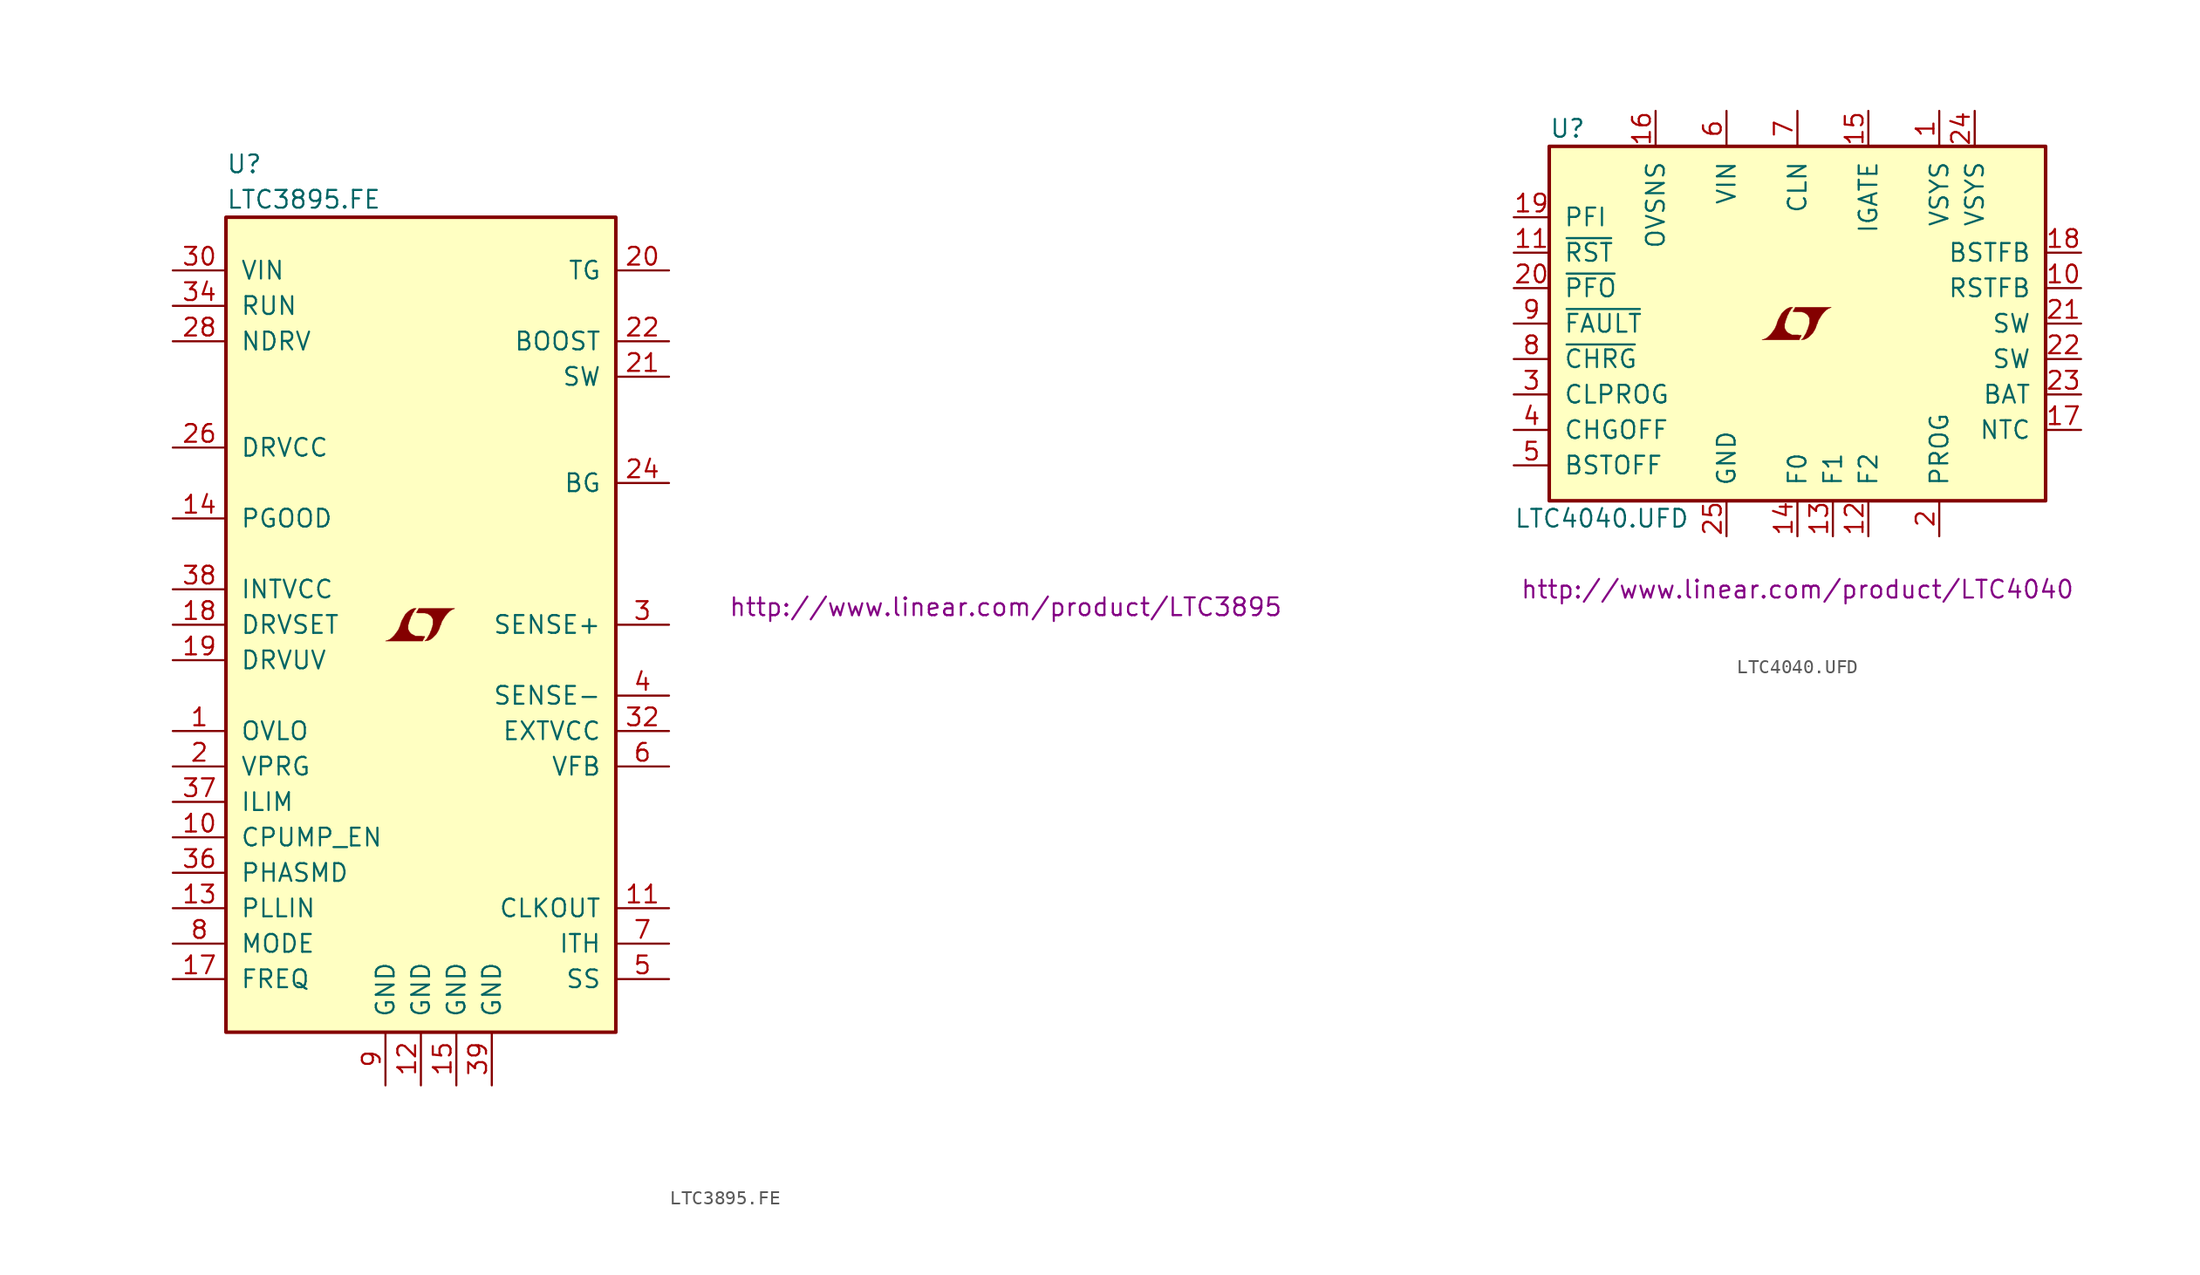
<source format=kicad_sym>
(kicad_symbol_lib
  (version 20201005)
  (generator kicad_symbol_editor)
  (symbol "LTC3895.FE"
    (pin_names
      (offset 1.016))
    (property "Reference" "U"
      (at -13.97 33.02 0)
      (effects (font (size 1.27 1.27)) (justify left)))
    (property "Value" "LTC3895.FE"
      (at -13.97 30.48 0)
      (effects (font (size 1.27 1.27)) (justify left)))
    (property "Datasheet" "http://www.linear.com/product/LTC3895"
      (at 41.91 1.27 0)
      (effects (font (size 1.27 1.27))))
    (symbol "LTC3895.FE_0_0"
      (polyline (pts (xy 0.203 -0.991) (xy 0.229 -0.965) (xy 0.279 -0.864) (xy 0.279 -0.838) (xy 0.152 -0.838) (xy 0.051 -0.813) (xy -0.406 -0.813) (xy -0.432 -0.787) (xy -0.686 -0.66) (xy -0.787 -0.559) (xy -0.864 -0.432) (xy -0.914 -0.33) (xy -0.914 -0.025) (xy -0.864 0.127) (xy -0.838 0.229) (xy -0.813 0.305) (xy -0.762 0.432) (xy -0.711 0.584) (xy -0.635 0.711) (xy -0.584 0.838) (xy -0.508 0.94) (xy -0.457 1.041) (xy -0.33 1.168) (xy -0.508 1.168) (xy -0.635 1.118) (xy -0.737 1.067) (xy -0.813 1.016) (xy -0.94 0.914) (xy -1.118 0.737) (xy -1.372 0.279) (xy -1.473 0) (xy -1.473 -0.051) (xy -1.524 -0.152) (xy -1.575 -0.279) (xy -1.626 -0.381) (xy -1.753 -0.559) (xy -1.905 -0.762) (xy -2.057 -0.914) (xy -2.21 -1.041) (xy -2.388 -1.118) (xy -2.54 -1.168) (xy 0.127 -1.168) (xy 0.203 -0.991)) (stroke (width 0.025)) (fill (type outline)))
      (polyline (pts (xy 0.406 -1.143) (xy 0.483 -1.143) (xy 0.66 -1.067) (xy 0.813 -0.965) (xy 1.092 -0.686) (xy 1.219 -0.483) (xy 1.321 -0.279) (xy 1.397 -0.025) (xy 1.422 -0.025) (xy 1.499 0.229) (xy 1.753 0.635) (xy 1.905 0.813) (xy 2.057 0.965) (xy 2.21 1.067) (xy 2.388 1.143) (xy 2.413 1.143) (xy 2.413 1.168) (xy -0.152 1.168) (xy -0.229 1.016) (xy -0.254 0.991) (xy -0.305 0.889) (xy -0.33 0.864) (xy -0.279 0.864) (xy -0.229 0.838) (xy 0.305 0.838) (xy 0.356 0.813) (xy 0.406 0.813) (xy 0.483 0.787) (xy 0.61 0.711) (xy 0.737 0.61) (xy 0.813 0.483) (xy 0.838 0.432) (xy 0.864 0.406) (xy 0.864 0) (xy 0.838 -0.051) (xy 0.838 -0.127) (xy 0.787 -0.229) (xy 0.762 -0.356) (xy 0.686 -0.508) (xy 0.635 -0.66) (xy 0.483 -0.914) (xy 0.432 -1.016) (xy 0.279 -1.168) (xy 0.406 -1.143)) (stroke (width 0.025)) (fill (type outline))))
    (symbol "LTC3895.FE_0_1"
      (rectangle (start -13.97 29.21) (end 13.97 -29.21) (stroke (width 0.254)) (fill (type background))))
    (symbol "LTC3895.FE_1_1"
      (pin input line (at -17.78 -7.62 0) (length 3.81) (name "OVLO" (effects (font (size 1.27 1.27)))) (number "1" (effects (font (size 1.27 1.27)))))
      (pin input line (at -17.78 -15.24 0) (length 3.81) (name "CPUMP_EN" (effects (font (size 1.27 1.27)))) (number "10" (effects (font (size 1.27 1.27)))))
      (pin output line (at 17.78 -20.32 180) (length 3.81) (name "CLKOUT" (effects (font (size 1.27 1.27)))) (number "11" (effects (font (size 1.27 1.27)))))
      (pin power_in line (at 0 -33.02 90) (length 3.81) (name "GND" (effects (font (size 1.27 1.27)))) (number "12" (effects (font (size 1.27 1.27)))))
      (pin input line (at -17.78 -20.32 0) (length 3.81) (name "PLLIN" (effects (font (size 1.27 1.27)))) (number "13" (effects (font (size 1.27 1.27)))))
      (pin open_collector line (at -17.78 7.62 0) (length 3.81) (name "PGOOD" (effects (font (size 1.27 1.27)))) (number "14" (effects (font (size 1.27 1.27)))))
      (pin power_in line (at 2.54 -33.02 90) (length 3.81) (name "GND" (effects (font (size 1.27 1.27)))) (number "15" (effects (font (size 1.27 1.27)))))
      (pin unconnected line (at 17.78 -17.78 180) (length 3.81) hide (name "NC" (effects (font (size 1.27 1.27)))) (number "16" (effects (font (size 1.27 1.27)))))
      (pin input line (at -17.78 -25.4 0) (length 3.81) (name "FREQ" (effects (font (size 1.27 1.27)))) (number "17" (effects (font (size 1.27 1.27)))))
      (pin input line (at -17.78 0 0) (length 3.81) (name "DRVSET" (effects (font (size 1.27 1.27)))) (number "18" (effects (font (size 1.27 1.27)))))
      (pin input line (at -17.78 -2.54 0) (length 3.81) (name "DRVUV" (effects (font (size 1.27 1.27)))) (number "19" (effects (font (size 1.27 1.27)))))
      (pin passive line (at -17.78 -10.16 0) (length 3.81) (name "VPRG" (effects (font (size 1.27 1.27)))) (number "2" (effects (font (size 1.27 1.27)))))
      (pin output line (at 17.78 25.4 180) (length 3.81) (name "TG" (effects (font (size 1.27 1.27)))) (number "20" (effects (font (size 1.27 1.27)))))
      (pin passive line (at 17.78 17.78 180) (length 3.81) (name "SW" (effects (font (size 1.27 1.27)))) (number "21" (effects (font (size 1.27 1.27)))))
      (pin passive line (at 17.78 20.32 180) (length 3.81) (name "BOOST" (effects (font (size 1.27 1.27)))) (number "22" (effects (font (size 1.27 1.27)))))
      (pin output line (at 17.78 10.16 180) (length 3.81) (name "BG" (effects (font (size 1.27 1.27)))) (number "24" (effects (font (size 1.27 1.27)))))
      (pin passive line (at -17.78 12.7 0) (length 3.81) (name "DRVCC" (effects (font (size 1.27 1.27)))) (number "26" (effects (font (size 1.27 1.27)))))
      (pin output line (at -17.78 20.32 0) (length 3.81) (name "NDRV" (effects (font (size 1.27 1.27)))) (number "28" (effects (font (size 1.27 1.27)))))
      (pin passive line (at 17.78 0 180) (length 3.81) (name "SENSE+" (effects (font (size 1.27 1.27)))) (number "3" (effects (font (size 1.27 1.27)))))
      (pin power_in line (at -17.78 25.4 0) (length 3.81) (name "VIN" (effects (font (size 1.27 1.27)))) (number "30" (effects (font (size 1.27 1.27)))))
      (pin power_in line (at 17.78 -7.62 180) (length 3.81) (name "EXTVCC" (effects (font (size 1.27 1.27)))) (number "32" (effects (font (size 1.27 1.27)))))
      (pin input line (at -17.78 22.86 0) (length 3.81) (name "RUN" (effects (font (size 1.27 1.27)))) (number "34" (effects (font (size 1.27 1.27)))))
      (pin passive line (at -17.78 -17.78 0) (length 3.81) (name "PHASMD" (effects (font (size 1.27 1.27)))) (number "36" (effects (font (size 1.27 1.27)))))
      (pin passive line (at -17.78 -12.7 0) (length 3.81) (name "ILIM" (effects (font (size 1.27 1.27)))) (number "37" (effects (font (size 1.27 1.27)))))
      (pin passive line (at -17.78 2.54 0) (length 3.81) (name "INTVCC" (effects (font (size 1.27 1.27)))) (number "38" (effects (font (size 1.27 1.27)))))
      (pin power_in line (at 5.08 -33.02 90) (length 3.81) (name "GND" (effects (font (size 1.27 1.27)))) (number "39" (effects (font (size 1.27 1.27)))))
      (pin passive line (at 17.78 -5.08 180) (length 3.81) (name "SENSE-" (effects (font (size 1.27 1.27)))) (number "4" (effects (font (size 1.27 1.27)))))
      (pin passive line (at 17.78 -25.4 180) (length 3.81) (name "SS" (effects (font (size 1.27 1.27)))) (number "5" (effects (font (size 1.27 1.27)))))
      (pin passive line (at 17.78 -10.16 180) (length 3.81) (name "VFB" (effects (font (size 1.27 1.27)))) (number "6" (effects (font (size 1.27 1.27)))))
      (pin passive line (at 17.78 -22.86 180) (length 3.81) (name "ITH" (effects (font (size 1.27 1.27)))) (number "7" (effects (font (size 1.27 1.27)))))
      (pin input line (at -17.78 -22.86 0) (length 3.81) (name "MODE" (effects (font (size 1.27 1.27)))) (number "8" (effects (font (size 1.27 1.27)))))
      (pin power_in line (at -2.54 -33.02 90) (length 3.81) (name "GND" (effects (font (size 1.27 1.27)))) (number "9" (effects (font (size 1.27 1.27)))))))
  (symbol "LTC4040.UFD"
    (pin_names
      (offset 1.016))
    (property "Reference" "U"
      (at -17.78 13.97 0)
      (effects (font (size 1.27 1.27)) (justify left)))
    (property "Value" "LTC4040.UFD"
      (at -20.32 -13.97 0)
      (effects (font (size 1.27 1.27)) (justify left)))
    (property "Datasheet" "http://www.linear.com/product/LTC4040"
      (at 0 -19.05 0)
      (effects (font (size 1.27 1.27))))
    (symbol "LTC4040.UFD_0_0"
      (polyline (pts (xy 0.203 -0.991) (xy 0.229 -0.965) (xy 0.279 -0.864) (xy 0.279 -0.838) (xy 0.152 -0.838) (xy 0.051 -0.813) (xy -0.406 -0.813) (xy -0.432 -0.787) (xy -0.686 -0.66) (xy -0.787 -0.559) (xy -0.864 -0.432) (xy -0.914 -0.33) (xy -0.914 -0.025) (xy -0.864 0.127) (xy -0.838 0.229) (xy -0.813 0.305) (xy -0.762 0.432) (xy -0.711 0.584) (xy -0.635 0.711) (xy -0.584 0.838) (xy -0.508 0.94) (xy -0.457 1.041) (xy -0.33 1.168) (xy -0.508 1.168) (xy -0.635 1.118) (xy -0.737 1.067) (xy -0.813 1.016) (xy -0.94 0.914) (xy -1.118 0.737) (xy -1.372 0.279) (xy -1.473 0) (xy -1.473 -0.051) (xy -1.524 -0.152) (xy -1.575 -0.279) (xy -1.626 -0.381) (xy -1.753 -0.559) (xy -1.905 -0.762) (xy -2.057 -0.914) (xy -2.21 -1.041) (xy -2.388 -1.118) (xy -2.54 -1.168) (xy 0.127 -1.168) (xy 0.203 -0.991)) (stroke (width 0.025)) (fill (type outline)))
      (polyline (pts (xy 0.406 -1.143) (xy 0.483 -1.143) (xy 0.66 -1.067) (xy 0.813 -0.965) (xy 1.092 -0.686) (xy 1.219 -0.483) (xy 1.321 -0.279) (xy 1.397 -0.025) (xy 1.422 -0.025) (xy 1.499 0.229) (xy 1.753 0.635) (xy 1.905 0.813) (xy 2.057 0.965) (xy 2.21 1.067) (xy 2.388 1.143) (xy 2.413 1.143) (xy 2.413 1.168) (xy -0.152 1.168) (xy -0.229 1.016) (xy -0.254 0.991) (xy -0.305 0.889) (xy -0.33 0.864) (xy -0.279 0.864) (xy -0.229 0.838) (xy 0.305 0.838) (xy 0.356 0.813) (xy 0.406 0.813) (xy 0.483 0.787) (xy 0.61 0.711) (xy 0.737 0.61) (xy 0.813 0.483) (xy 0.838 0.432) (xy 0.864 0.406) (xy 0.864 0) (xy 0.838 -0.051) (xy 0.838 -0.127) (xy 0.787 -0.229) (xy 0.762 -0.356) (xy 0.686 -0.508) (xy 0.635 -0.66) (xy 0.483 -0.914) (xy 0.432 -1.016) (xy 0.279 -1.168) (xy 0.406 -1.143)) (stroke (width 0.025)) (fill (type outline))))
    (symbol "LTC4040.UFD_0_1"
      (rectangle (start -17.78 12.7) (end 17.78 -12.7) (stroke (width 0.254)) (fill (type background))))
    (symbol "LTC4040.UFD_1_1"
      (pin passive line (at 10.16 15.24 270) (length 2.54) (name "VSYS" (effects (font (size 1.27 1.27)))) (number "1" (effects (font (size 1.27 1.27)))))
      (pin passive line (at 20.32 2.54 180) (length 2.54) (name "RSTFB" (effects (font (size 1.27 1.27)))) (number "10" (effects (font (size 1.27 1.27)))))
      (pin input line (at -20.32 5.08 0) (length 2.54) (name "~RST~" (effects (font (size 1.27 1.27)))) (number "11" (effects (font (size 1.27 1.27)))))
      (pin passive line (at 5.08 -15.24 90) (length 2.54) (name "F2" (effects (font (size 1.27 1.27)))) (number "12" (effects (font (size 1.27 1.27)))))
      (pin passive line (at 2.54 -15.24 90) (length 2.54) (name "F1" (effects (font (size 1.27 1.27)))) (number "13" (effects (font (size 1.27 1.27)))))
      (pin passive line (at 0 -15.24 90) (length 2.54) (name "F0" (effects (font (size 1.27 1.27)))) (number "14" (effects (font (size 1.27 1.27)))))
      (pin output line (at 5.08 15.24 270) (length 2.54) (name "IGATE" (effects (font (size 1.27 1.27)))) (number "15" (effects (font (size 1.27 1.27)))))
      (pin passive line (at -10.16 15.24 270) (length 2.54) (name "OVSNS" (effects (font (size 1.27 1.27)))) (number "16" (effects (font (size 1.27 1.27)))))
      (pin passive line (at 20.32 -7.62 180) (length 2.54) (name "NTC" (effects (font (size 1.27 1.27)))) (number "17" (effects (font (size 1.27 1.27)))))
      (pin passive line (at 20.32 5.08 180) (length 2.54) (name "BSTFB" (effects (font (size 1.27 1.27)))) (number "18" (effects (font (size 1.27 1.27)))))
      (pin input line (at -20.32 7.62 0) (length 2.54) (name "PFI" (effects (font (size 1.27 1.27)))) (number "19" (effects (font (size 1.27 1.27)))))
      (pin passive line (at 10.16 -15.24 90) (length 2.54) (name "PROG" (effects (font (size 1.27 1.27)))) (number "2" (effects (font (size 1.27 1.27)))))
      (pin open_collector line (at -20.32 2.54 0) (length 2.54) (name "~PFO~" (effects (font (size 1.27 1.27)))) (number "20" (effects (font (size 1.27 1.27)))))
      (pin passive line (at 20.32 0 180) (length 2.54) (name "SW" (effects (font (size 1.27 1.27)))) (number "21" (effects (font (size 1.27 1.27)))))
      (pin passive line (at 20.32 -2.54 180) (length 2.54) (name "SW" (effects (font (size 1.27 1.27)))) (number "22" (effects (font (size 1.27 1.27)))))
      (pin passive line (at 20.32 -5.08 180) (length 2.54) (name "BAT" (effects (font (size 1.27 1.27)))) (number "23" (effects (font (size 1.27 1.27)))))
      (pin passive line (at 12.7 15.24 270) (length 2.54) (name "VSYS" (effects (font (size 1.27 1.27)))) (number "24" (effects (font (size 1.27 1.27)))))
      (pin power_in line (at -5.08 -15.24 90) (length 2.54) (name "GND" (effects (font (size 1.27 1.27)))) (number "25" (effects (font (size 1.27 1.27)))))
      (pin passive line (at -20.32 -5.08 0) (length 2.54) (name "CLPROG" (effects (font (size 1.27 1.27)))) (number "3" (effects (font (size 1.27 1.27)))))
      (pin input line (at -20.32 -7.62 0) (length 2.54) (name "CHGOFF" (effects (font (size 1.27 1.27)))) (number "4" (effects (font (size 1.27 1.27)))))
      (pin input line (at -20.32 -10.16 0) (length 2.54) (name "BSTOFF" (effects (font (size 1.27 1.27)))) (number "5" (effects (font (size 1.27 1.27)))))
      (pin power_in line (at -5.08 15.24 270) (length 2.54) (name "VIN" (effects (font (size 1.27 1.27)))) (number "6" (effects (font (size 1.27 1.27)))))
      (pin passive line (at 0 15.24 270) (length 2.54) (name "CLN" (effects (font (size 1.27 1.27)))) (number "7" (effects (font (size 1.27 1.27)))))
      (pin open_collector line (at -20.32 -2.54 0) (length 2.54) (name "~CHRG~" (effects (font (size 1.27 1.27)))) (number "8" (effects (font (size 1.27 1.27)))))
      (pin open_collector line (at -20.32 0 0) (length 2.54) (name "~FAULT~" (effects (font (size 1.27 1.27)))) (number "9" (effects (font (size 1.27 1.27))))))))
</source>
